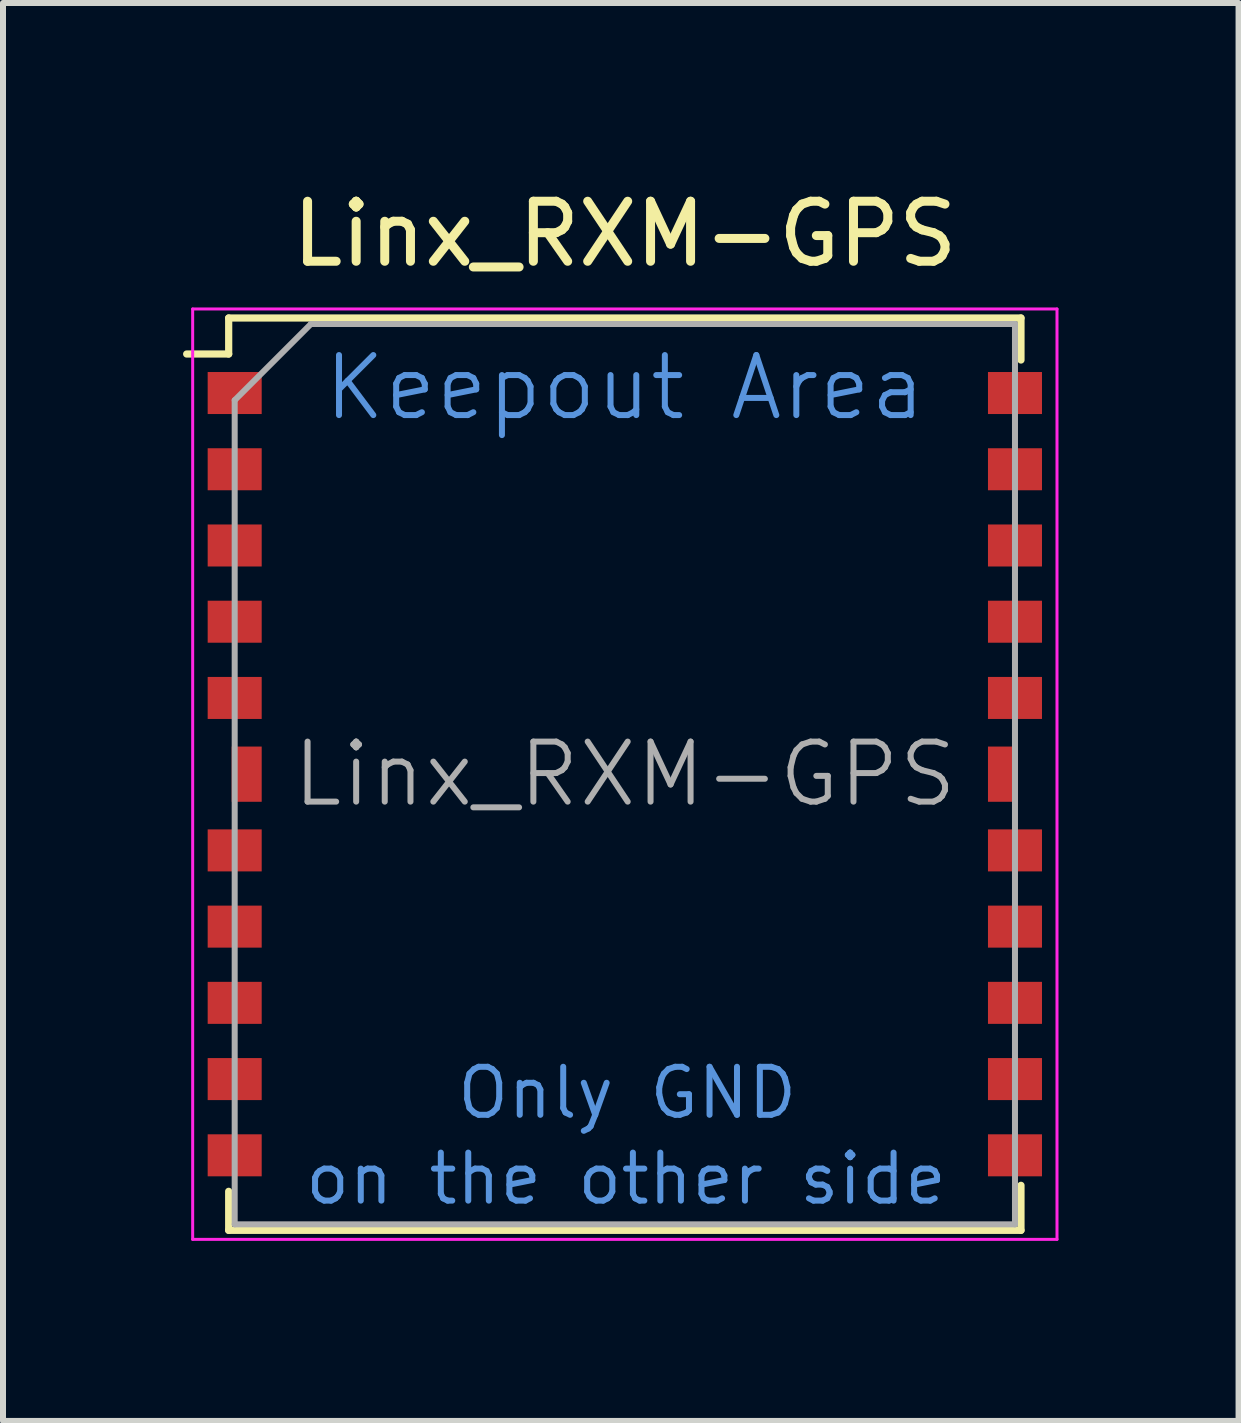
<source format=kicad_pcb>
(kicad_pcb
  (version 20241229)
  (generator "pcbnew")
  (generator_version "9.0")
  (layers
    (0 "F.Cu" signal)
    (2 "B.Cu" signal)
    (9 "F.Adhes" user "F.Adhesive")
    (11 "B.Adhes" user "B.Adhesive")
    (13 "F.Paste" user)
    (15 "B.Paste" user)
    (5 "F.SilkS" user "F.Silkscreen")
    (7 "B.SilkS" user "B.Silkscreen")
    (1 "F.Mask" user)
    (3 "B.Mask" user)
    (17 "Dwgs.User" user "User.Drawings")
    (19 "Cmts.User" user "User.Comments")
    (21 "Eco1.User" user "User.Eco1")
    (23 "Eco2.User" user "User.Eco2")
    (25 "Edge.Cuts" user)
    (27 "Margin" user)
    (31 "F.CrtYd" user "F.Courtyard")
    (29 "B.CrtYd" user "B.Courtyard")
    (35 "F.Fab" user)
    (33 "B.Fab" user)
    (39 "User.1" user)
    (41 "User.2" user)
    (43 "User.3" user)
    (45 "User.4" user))
  (footprint "Linx_RXM-GPS"
    (layer "F.Cu")
    (at 7.36 9.848)
    (property "Reference" "Linx_RXM-GPS" (at 0 -9 0) (layer "F.SilkS") (effects (font (size 1 1) (thickness 0.15))))
    (attr smd)
    (fp_line (start -6.6 -7.6) (end 6.6 -7.6) (stroke (width 0.12) (type solid)) (layer "F.SilkS"))
    (fp_line (start -6.6 -7) (end -7.3 -7) (stroke (width 0.12) (type solid)) (layer "F.SilkS"))
    (fp_line (start -6.6 -7) (end -6.6 -7.6) (stroke (width 0.12) (type solid)) (layer "F.SilkS"))
    (fp_line (start -6.6 6.95) (end -6.6 7.6) (stroke (width 0.12) (type solid)) (layer "F.SilkS"))
    (fp_line (start -6.6 7.6) (end 6.6 7.6) (stroke (width 0.12) (type solid)) (layer "F.SilkS"))
    (fp_line (start 6.6 -7.6) (end 6.6 -6.9) (stroke (width 0.12) (type solid)) (layer "F.SilkS"))
    (fp_line (start 6.6 7.6) (end 6.6 6.85) (stroke (width 0.12) (type solid)) (layer "F.SilkS"))
    (fp_line (start -7.2 -7.75) (end -7.2 7.75) (stroke (width 0.05) (type solid)) (layer "F.CrtYd"))
    (fp_line (start -7.2 -7.75) (end 7.2 -7.75) (stroke (width 0.05) (type solid)) (layer "F.CrtYd"))
    (fp_line (start -7.2 7.75) (end 7.2 7.75) (stroke (width 0.05) (type solid)) (layer "F.CrtYd"))
    (fp_line (start 7.2 7.75) (end 7.2 -7.75) (stroke (width 0.05) (type solid)) (layer "F.CrtYd"))
    (fp_line (start -6.5 -6.23) (end -6.5 7.5) (stroke (width 0.1) (type solid)) (layer "F.Fab"))
    (fp_line (start -6.5 7.5) (end 6.5 7.5) (stroke (width 0.1) (type solid)) (layer "F.Fab"))
    (fp_line (start -5.23 -7.5) (end -6.5 -6.23) (stroke (width 0.1) (type solid)) (layer "F.Fab"))
    (fp_line (start 6.5 -7.5) (end -5.23 -7.5) (stroke (width 0.1) (type solid)) (layer "F.Fab"))
    (fp_line (start 6.5 7.5) (end 6.5 -7.5) (stroke (width 0.1) (type solid)) (layer "F.Fab"))
    (fp_text user "Only GND" (at 0.04 5.31 0) (layer "Cmts.User") (effects (font (size 0.8 0.8) (thickness 0.1))))
    (fp_text user "Keepout Area" (at 0 -6.44 0) (layer "Cmts.User") (effects (font (size 1 1) (thickness 0.1))))
    (fp_text user "on the other side" (at 0.02 6.74 0) (layer "Cmts.User") (effects (font (size 0.8 0.8) (thickness 0.1))))
    (fp_text user "${REFERENCE}" (at 0 0 0) (layer "F.Fab") (effects (font (size 1 1) (thickness 0.1))))
    (pad "1" smd rect (at -6.5 -6.35 90) (size 0.7 0.9) (layers "F.Cu" "F.Mask" "F.Paste"))
    (pad "2" smd rect (at -6.5 -5.08 90) (size 0.7 0.9) (layers "F.Cu" "F.Mask" "F.Paste"))
    (pad "3" smd rect (at -6.5 -3.81 90) (size 0.7 0.9) (layers "F.Cu" "F.Mask" "F.Paste"))
    (pad "4" smd rect (at -6.5 -2.54 90) (size 0.7 0.9) (layers "F.Cu" "F.Mask" "F.Paste"))
    (pad "5" smd rect (at -6.5 -1.27 90) (size 0.7 0.9) (layers "F.Cu" "F.Mask" "F.Paste"))
    (pad "6" smd rect (at -6.5 1.27 90) (size 0.7 0.9) (layers "F.Cu" "F.Mask" "F.Paste"))
    (pad "7" smd rect (at -6.5 2.54 90) (size 0.7 0.9) (layers "F.Cu" "F.Mask" "F.Paste"))
    (pad "8" smd rect (at -6.5 3.81 90) (size 0.7 0.9) (layers "F.Cu" "F.Mask" "F.Paste"))
    (pad "9" smd rect (at -6.5 5.08 90) (size 0.7 0.9) (layers "F.Cu" "F.Mask" "F.Paste"))
    (pad "10" smd rect (at -6.5 6.35 90) (size 0.7 0.9) (layers "F.Cu" "F.Mask" "F.Paste"))
    (pad "11" smd rect (at 6.5 6.35 90) (size 0.7 0.9) (layers "F.Cu" "F.Mask" "F.Paste"))
    (pad "12" smd rect (at 6.5 5.08 90) (size 0.7 0.9) (layers "F.Cu" "F.Mask" "F.Paste"))
    (pad "13" smd rect (at 6.5 3.81 90) (size 0.7 0.9) (layers "F.Cu" "F.Mask" "F.Paste"))
    (pad "14" smd rect (at 6.5 2.54 90) (size 0.7 0.9) (layers "F.Cu" "F.Mask" "F.Paste"))
    (pad "15" smd rect (at 6.5 1.27 90) (size 0.7 0.9) (layers "F.Cu" "F.Mask" "F.Paste"))
    (pad "16" smd rect (at 6.5 -1.27 90) (size 0.7 0.9) (layers "F.Cu" "F.Mask" "F.Paste"))
    (pad "17" smd rect (at 6.5 -2.54 90) (size 0.7 0.9) (layers "F.Cu" "F.Mask" "F.Paste"))
    (pad "18" smd rect (at 6.5 -3.81 90) (size 0.7 0.9) (layers "F.Cu" "F.Mask" "F.Paste"))
    (pad "19" smd rect (at 6.5 -5.08 90) (size 0.7 0.9) (layers "F.Cu" "F.Mask" "F.Paste"))
    (pad "20" smd rect (at 6.5 -6.35 90) (size 0.7 0.9) (layers "F.Cu" "F.Mask" "F.Paste"))
    (pad "21" smd rect (at -6.3 0 90) (size 0.92 0.5) (layers "F.Cu" "F.Mask" "F.Paste"))
    (pad "22" smd rect (at 6.3 0 90) (size 0.92 0.5) (layers "F.Cu" "F.Mask" "F.Paste"))
    (zone (net_name "") (layer "F.Cu") (hatch edge 0.508) (connect_pads) (min_thickness 0.254) (filled_areas_thickness no) (keepout (tracks not_allowed) (vias not_allowed) (pads not_allowed) (copperpour not_allowed) (footprints not_allowed)) (placement (enabled no)) (fill) (polygon (pts (xy 1.31 2.348) (xy 13.41 2.348) (xy 13.41 17.348) (xy 1.31 17.348)))))
  (gr_rect
    (start -3 -3)
    (end 17.585 20.623)
    (stroke (width 0.1) (type default))
    (fill no)
    (layer "Edge.Cuts")))
</source>
